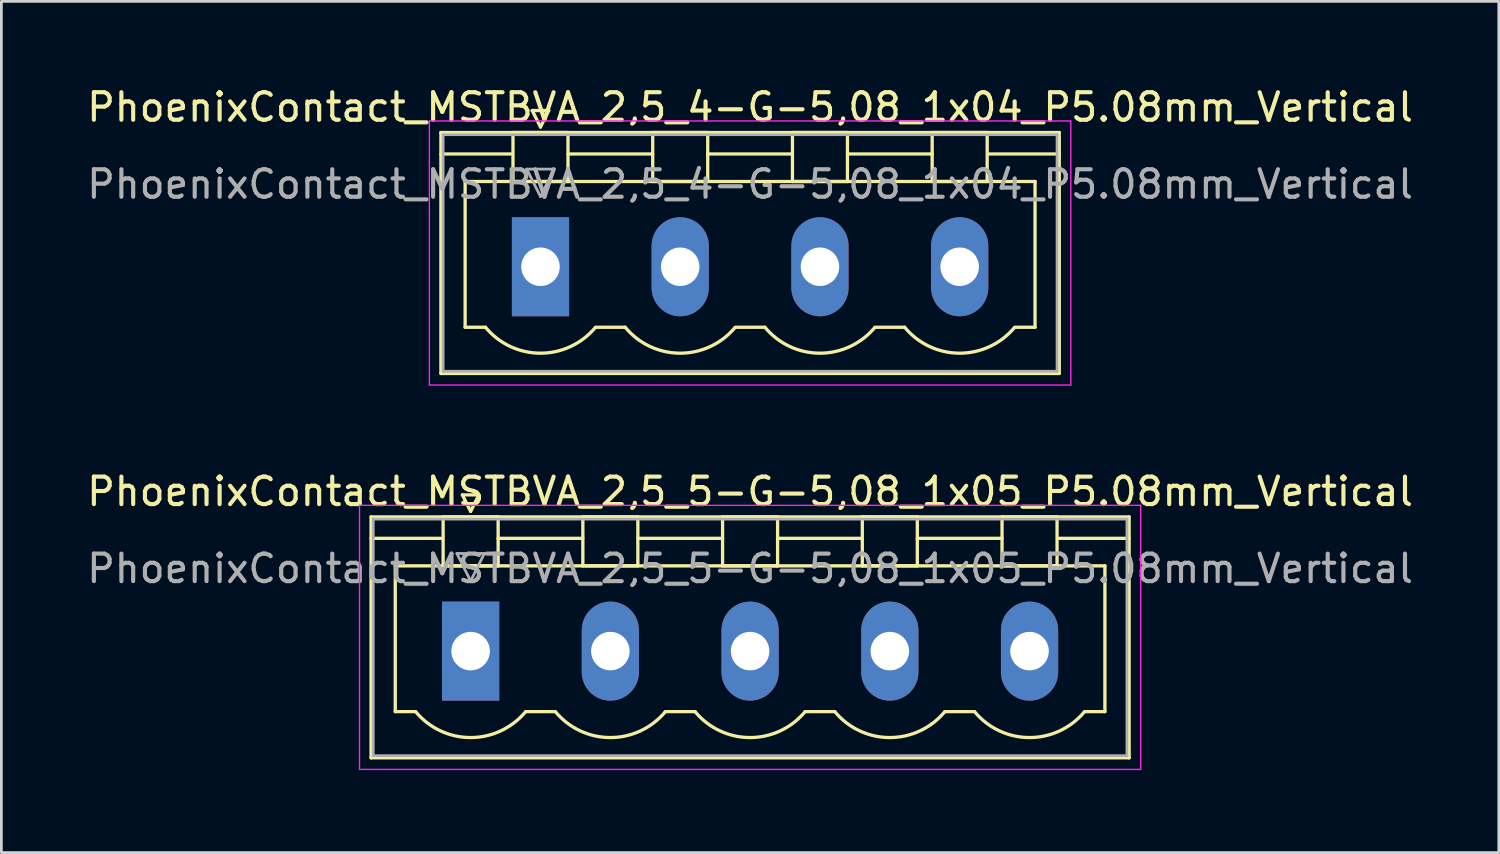
<source format=kicad_pcb>
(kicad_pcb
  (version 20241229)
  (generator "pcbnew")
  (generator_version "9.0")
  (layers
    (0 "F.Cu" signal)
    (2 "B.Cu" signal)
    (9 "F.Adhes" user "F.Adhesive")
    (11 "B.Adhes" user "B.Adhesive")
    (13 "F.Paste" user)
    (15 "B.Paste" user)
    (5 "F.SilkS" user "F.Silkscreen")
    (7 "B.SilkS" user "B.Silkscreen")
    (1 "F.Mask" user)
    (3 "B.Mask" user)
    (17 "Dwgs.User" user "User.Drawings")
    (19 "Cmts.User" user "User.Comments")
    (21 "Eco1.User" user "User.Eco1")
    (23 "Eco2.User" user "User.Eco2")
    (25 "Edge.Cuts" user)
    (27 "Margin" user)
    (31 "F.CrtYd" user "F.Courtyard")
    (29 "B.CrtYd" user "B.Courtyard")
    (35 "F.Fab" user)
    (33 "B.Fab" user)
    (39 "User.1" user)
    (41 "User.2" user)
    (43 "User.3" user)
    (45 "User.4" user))
  (footprint "PhoenixContact_MSTBVA_2,5_4-G-5,08_1x04_P5.08mm_Vertical"
    (layer "F.Cu")
    (at 16.6 6.648)
    (property "Reference" "PhoenixContact_MSTBVA_2,5_4-G-5,08_1x04_P5.08mm_Vertical" (at 7.62 -5.8 0) (layer "F.SilkS") (effects (font (size 1 1) (thickness 0.15))))
    (attr through_hole)
    (fp_line (start -3.62 -4.88) (end -3.62 3.88) (stroke (width 0.12) (type solid)) (layer "F.SilkS"))
    (fp_line (start -3.62 -4.1) (end -1.08 -4.1) (stroke (width 0.12) (type solid)) (layer "F.SilkS"))
    (fp_line (start -3.62 3.88) (end 18.86 3.88) (stroke (width 0.12) (type solid)) (layer "F.SilkS"))
    (fp_line (start -2.74 -3.1) (end 17.98 -3.1) (stroke (width 0.12) (type solid)) (layer "F.SilkS"))
    (fp_line (start -2.74 2.2) (end -2.74 -3.1) (stroke (width 0.12) (type solid)) (layer "F.SilkS"))
    (fp_line (start -2 2.2) (end -2.74 2.2) (stroke (width 0.12) (type solid)) (layer "F.SilkS"))
    (fp_line (start -1 -4.88) (end 1 -4.88) (stroke (width 0.12) (type solid)) (layer "F.SilkS"))
    (fp_line (start -1 -3.1) (end -1 -4.88) (stroke (width 0.12) (type solid)) (layer "F.SilkS"))
    (fp_line (start -0.3 -5.68) (end 0.3 -5.68) (stroke (width 0.12) (type solid)) (layer "F.SilkS"))
    (fp_line (start 0 -5.08) (end -0.3 -5.68) (stroke (width 0.12) (type solid)) (layer "F.SilkS"))
    (fp_line (start 0.3 -5.68) (end 0 -5.08) (stroke (width 0.12) (type solid)) (layer "F.SilkS"))
    (fp_line (start 1 -4.88) (end 1 -3.1) (stroke (width 0.12) (type solid)) (layer "F.SilkS"))
    (fp_line (start 1 -4.1) (end 4.08 -4.1) (stroke (width 0.12) (type solid)) (layer "F.SilkS"))
    (fp_line (start 1 -3.1) (end -1 -3.1) (stroke (width 0.12) (type solid)) (layer "F.SilkS"))
    (fp_line (start 2 2.2) (end 3.08 2.2) (stroke (width 0.12) (type solid)) (layer "F.SilkS"))
    (fp_line (start 4.08 -4.88) (end 6.08 -4.88) (stroke (width 0.12) (type solid)) (layer "F.SilkS"))
    (fp_line (start 4.08 -3.1) (end 4.08 -4.88) (stroke (width 0.12) (type solid)) (layer "F.SilkS"))
    (fp_line (start 6.08 -4.88) (end 6.08 -3.1) (stroke (width 0.12) (type solid)) (layer "F.SilkS"))
    (fp_line (start 6.08 -4.1) (end 9.16 -4.1) (stroke (width 0.12) (type solid)) (layer "F.SilkS"))
    (fp_line (start 6.08 -3.1) (end 4.08 -3.1) (stroke (width 0.12) (type solid)) (layer "F.SilkS"))
    (fp_line (start 7.08 2.2) (end 8.16 2.2) (stroke (width 0.12) (type solid)) (layer "F.SilkS"))
    (fp_line (start 9.16 -4.88) (end 11.16 -4.88) (stroke (width 0.12) (type solid)) (layer "F.SilkS"))
    (fp_line (start 9.16 -3.1) (end 9.16 -4.88) (stroke (width 0.12) (type solid)) (layer "F.SilkS"))
    (fp_line (start 11.16 -4.88) (end 11.16 -3.1) (stroke (width 0.12) (type solid)) (layer "F.SilkS"))
    (fp_line (start 11.16 -4.1) (end 14.24 -4.1) (stroke (width 0.12) (type solid)) (layer "F.SilkS"))
    (fp_line (start 11.16 -3.1) (end 9.16 -3.1) (stroke (width 0.12) (type solid)) (layer "F.SilkS"))
    (fp_line (start 12.16 2.2) (end 13.24 2.2) (stroke (width 0.12) (type solid)) (layer "F.SilkS"))
    (fp_line (start 14.24 -4.88) (end 16.24 -4.88) (stroke (width 0.12) (type solid)) (layer "F.SilkS"))
    (fp_line (start 14.24 -3.1) (end 14.24 -4.88) (stroke (width 0.12) (type solid)) (layer "F.SilkS"))
    (fp_line (start 16.24 -4.88) (end 16.24 -3.1) (stroke (width 0.12) (type solid)) (layer "F.SilkS"))
    (fp_line (start 16.24 -3.1) (end 14.24 -3.1) (stroke (width 0.12) (type solid)) (layer "F.SilkS"))
    (fp_line (start 17.98 -3.1) (end 17.98 2.2) (stroke (width 0.12) (type solid)) (layer "F.SilkS"))
    (fp_line (start 17.98 2.2) (end 17.24 2.2) (stroke (width 0.12) (type solid)) (layer "F.SilkS"))
    (fp_line (start 18.86 -4.88) (end -3.62 -4.88) (stroke (width 0.12) (type solid)) (layer "F.SilkS"))
    (fp_line (start 18.86 -4.1) (end 16.32 -4.1) (stroke (width 0.12) (type solid)) (layer "F.SilkS"))
    (fp_line (start 18.86 3.88) (end 18.86 -4.88) (stroke (width 0.12) (type solid)) (layer "F.SilkS"))
    (fp_arc (start 1.986842 2.215821) (mid -0.010289 3.142758) (end -2 2.2) (stroke (width 0.12) (type solid)) (layer "F.SilkS"))
    (fp_arc (start 7.066842 2.215821) (mid 5.069711 3.142758) (end 3.08 2.2) (stroke (width 0.12) (type solid)) (layer "F.SilkS"))
    (fp_arc (start 12.146842 2.215821) (mid 10.149711 3.142758) (end 8.16 2.2) (stroke (width 0.12) (type solid)) (layer "F.SilkS"))
    (fp_arc (start 17.226842 2.215821) (mid 15.229711 3.142758) (end 13.24 2.2) (stroke (width 0.12) (type solid)) (layer "F.SilkS"))
    (fp_line (start -4.04 -5.3) (end -4.04 4.3) (stroke (width 0.05) (type solid)) (layer "F.CrtYd"))
    (fp_line (start -4.04 4.3) (end 19.28 4.3) (stroke (width 0.05) (type solid)) (layer "F.CrtYd"))
    (fp_line (start 19.28 -5.3) (end -4.04 -5.3) (stroke (width 0.05) (type solid)) (layer "F.CrtYd"))
    (fp_line (start 19.28 4.3) (end 19.28 -5.3) (stroke (width 0.05) (type solid)) (layer "F.CrtYd"))
    (fp_line (start -3.54 -4.8) (end -3.54 3.8) (stroke (width 0.1) (type solid)) (layer "F.Fab"))
    (fp_line (start -3.54 3.8) (end 18.78 3.8) (stroke (width 0.1) (type solid)) (layer "F.Fab"))
    (fp_line (start -0.5 -3.55) (end 0.5 -3.55) (stroke (width 0.1) (type solid)) (layer "F.Fab"))
    (fp_line (start 0 -2.55) (end -0.5 -3.55) (stroke (width 0.1) (type solid)) (layer "F.Fab"))
    (fp_line (start 0.5 -3.55) (end 0 -2.55) (stroke (width 0.1) (type solid)) (layer "F.Fab"))
    (fp_line (start 18.78 -4.8) (end -3.54 -4.8) (stroke (width 0.1) (type solid)) (layer "F.Fab"))
    (fp_line (start 18.78 3.8) (end 18.78 -4.8) (stroke (width 0.1) (type solid)) (layer "F.Fab"))
    (fp_text user "${REFERENCE}" (at 7.62 -3 0) (layer "F.Fab") (effects (font (size 1 1) (thickness 0.15))))
    (pad "1" thru_hole rect (at 0 0) (size 2.08 3.6) (drill 1.4) (layers "*.Cu" "*.Mask"))
    (pad "2" thru_hole oval (at 5.08 0) (size 2.08 3.6) (drill 1.4) (layers "*.Cu" "*.Mask"))
    (pad "3" thru_hole oval (at 10.16 0) (size 2.08 3.6) (drill 1.4) (layers "*.Cu" "*.Mask"))
    (pad "4" thru_hole oval (at 15.24 0) (size 2.08 3.6) (drill 1.4) (layers "*.Cu" "*.Mask")))
  (footprint "PhoenixContact_MSTBVA_2,5_5-G-5,08_1x05_P5.08mm_Vertical"
    (layer "F.Cu")
    (at 14.06 20.622)
    (property "Reference" "PhoenixContact_MSTBVA_2,5_5-G-5,08_1x05_P5.08mm_Vertical" (at 10.16 -5.8 0) (layer "F.SilkS") (effects (font (size 1 1) (thickness 0.15))))
    (attr through_hole)
    (fp_line (start -3.62 -4.88) (end -3.62 3.88) (stroke (width 0.12) (type solid)) (layer "F.SilkS"))
    (fp_line (start -3.62 -4.1) (end -1.08 -4.1) (stroke (width 0.12) (type solid)) (layer "F.SilkS"))
    (fp_line (start -3.62 3.88) (end 23.94 3.88) (stroke (width 0.12) (type solid)) (layer "F.SilkS"))
    (fp_line (start -2.74 -3.1) (end 23.06 -3.1) (stroke (width 0.12) (type solid)) (layer "F.SilkS"))
    (fp_line (start -2.74 2.2) (end -2.74 -3.1) (stroke (width 0.12) (type solid)) (layer "F.SilkS"))
    (fp_line (start -2 2.2) (end -2.74 2.2) (stroke (width 0.12) (type solid)) (layer "F.SilkS"))
    (fp_line (start -1 -4.88) (end 1 -4.88) (stroke (width 0.12) (type solid)) (layer "F.SilkS"))
    (fp_line (start -1 -3.1) (end -1 -4.88) (stroke (width 0.12) (type solid)) (layer "F.SilkS"))
    (fp_line (start -0.3 -5.68) (end 0.3 -5.68) (stroke (width 0.12) (type solid)) (layer "F.SilkS"))
    (fp_line (start 0 -5.08) (end -0.3 -5.68) (stroke (width 0.12) (type solid)) (layer "F.SilkS"))
    (fp_line (start 0.3 -5.68) (end 0 -5.08) (stroke (width 0.12) (type solid)) (layer "F.SilkS"))
    (fp_line (start 1 -4.88) (end 1 -3.1) (stroke (width 0.12) (type solid)) (layer "F.SilkS"))
    (fp_line (start 1 -4.1) (end 4.08 -4.1) (stroke (width 0.12) (type solid)) (layer "F.SilkS"))
    (fp_line (start 1 -3.1) (end -1 -3.1) (stroke (width 0.12) (type solid)) (layer "F.SilkS"))
    (fp_line (start 2 2.2) (end 3.08 2.2) (stroke (width 0.12) (type solid)) (layer "F.SilkS"))
    (fp_line (start 4.08 -4.88) (end 6.08 -4.88) (stroke (width 0.12) (type solid)) (layer "F.SilkS"))
    (fp_line (start 4.08 -3.1) (end 4.08 -4.88) (stroke (width 0.12) (type solid)) (layer "F.SilkS"))
    (fp_line (start 6.08 -4.88) (end 6.08 -3.1) (stroke (width 0.12) (type solid)) (layer "F.SilkS"))
    (fp_line (start 6.08 -4.1) (end 9.16 -4.1) (stroke (width 0.12) (type solid)) (layer "F.SilkS"))
    (fp_line (start 6.08 -3.1) (end 4.08 -3.1) (stroke (width 0.12) (type solid)) (layer "F.SilkS"))
    (fp_line (start 7.08 2.2) (end 8.16 2.2) (stroke (width 0.12) (type solid)) (layer "F.SilkS"))
    (fp_line (start 9.16 -4.88) (end 11.16 -4.88) (stroke (width 0.12) (type solid)) (layer "F.SilkS"))
    (fp_line (start 9.16 -3.1) (end 9.16 -4.88) (stroke (width 0.12) (type solid)) (layer "F.SilkS"))
    (fp_line (start 11.16 -4.88) (end 11.16 -3.1) (stroke (width 0.12) (type solid)) (layer "F.SilkS"))
    (fp_line (start 11.16 -4.1) (end 14.24 -4.1) (stroke (width 0.12) (type solid)) (layer "F.SilkS"))
    (fp_line (start 11.16 -3.1) (end 9.16 -3.1) (stroke (width 0.12) (type solid)) (layer "F.SilkS"))
    (fp_line (start 12.16 2.2) (end 13.24 2.2) (stroke (width 0.12) (type solid)) (layer "F.SilkS"))
    (fp_line (start 14.24 -4.88) (end 16.24 -4.88) (stroke (width 0.12) (type solid)) (layer "F.SilkS"))
    (fp_line (start 14.24 -3.1) (end 14.24 -4.88) (stroke (width 0.12) (type solid)) (layer "F.SilkS"))
    (fp_line (start 16.24 -4.88) (end 16.24 -3.1) (stroke (width 0.12) (type solid)) (layer "F.SilkS"))
    (fp_line (start 16.24 -4.1) (end 19.32 -4.1) (stroke (width 0.12) (type solid)) (layer "F.SilkS"))
    (fp_line (start 16.24 -3.1) (end 14.24 -3.1) (stroke (width 0.12) (type solid)) (layer "F.SilkS"))
    (fp_line (start 17.24 2.2) (end 18.32 2.2) (stroke (width 0.12) (type solid)) (layer "F.SilkS"))
    (fp_line (start 19.32 -4.88) (end 21.32 -4.88) (stroke (width 0.12) (type solid)) (layer "F.SilkS"))
    (fp_line (start 19.32 -3.1) (end 19.32 -4.88) (stroke (width 0.12) (type solid)) (layer "F.SilkS"))
    (fp_line (start 21.32 -4.88) (end 21.32 -3.1) (stroke (width 0.12) (type solid)) (layer "F.SilkS"))
    (fp_line (start 21.32 -3.1) (end 19.32 -3.1) (stroke (width 0.12) (type solid)) (layer "F.SilkS"))
    (fp_line (start 23.06 -3.1) (end 23.06 2.2) (stroke (width 0.12) (type solid)) (layer "F.SilkS"))
    (fp_line (start 23.06 2.2) (end 22.32 2.2) (stroke (width 0.12) (type solid)) (layer "F.SilkS"))
    (fp_line (start 23.94 -4.88) (end -3.62 -4.88) (stroke (width 0.12) (type solid)) (layer "F.SilkS"))
    (fp_line (start 23.94 -4.1) (end 21.4 -4.1) (stroke (width 0.12) (type solid)) (layer "F.SilkS"))
    (fp_line (start 23.94 3.88) (end 23.94 -4.88) (stroke (width 0.12) (type solid)) (layer "F.SilkS"))
    (fp_arc (start 1.986842 2.215821) (mid -0.010289 3.142758) (end -2 2.2) (stroke (width 0.12) (type solid)) (layer "F.SilkS"))
    (fp_arc (start 7.066842 2.215821) (mid 5.069711 3.142758) (end 3.08 2.2) (stroke (width 0.12) (type solid)) (layer "F.SilkS"))
    (fp_arc (start 12.146842 2.215821) (mid 10.149711 3.142758) (end 8.16 2.2) (stroke (width 0.12) (type solid)) (layer "F.SilkS"))
    (fp_arc (start 17.226842 2.215821) (mid 15.229711 3.142758) (end 13.24 2.2) (stroke (width 0.12) (type solid)) (layer "F.SilkS"))
    (fp_arc (start 22.306842 2.215821) (mid 20.309711 3.142758) (end 18.32 2.2) (stroke (width 0.12) (type solid)) (layer "F.SilkS"))
    (fp_line (start -4.04 -5.3) (end -4.04 4.3) (stroke (width 0.05) (type solid)) (layer "F.CrtYd"))
    (fp_line (start -4.04 4.3) (end 24.36 4.3) (stroke (width 0.05) (type solid)) (layer "F.CrtYd"))
    (fp_line (start 24.36 -5.3) (end -4.04 -5.3) (stroke (width 0.05) (type solid)) (layer "F.CrtYd"))
    (fp_line (start 24.36 4.3) (end 24.36 -5.3) (stroke (width 0.05) (type solid)) (layer "F.CrtYd"))
    (fp_line (start -3.54 -4.8) (end -3.54 3.8) (stroke (width 0.1) (type solid)) (layer "F.Fab"))
    (fp_line (start -3.54 3.8) (end 23.86 3.8) (stroke (width 0.1) (type solid)) (layer "F.Fab"))
    (fp_line (start -0.5 -3.55) (end 0.5 -3.55) (stroke (width 0.1) (type solid)) (layer "F.Fab"))
    (fp_line (start 0 -2.55) (end -0.5 -3.55) (stroke (width 0.1) (type solid)) (layer "F.Fab"))
    (fp_line (start 0.5 -3.55) (end 0 -2.55) (stroke (width 0.1) (type solid)) (layer "F.Fab"))
    (fp_line (start 23.86 -4.8) (end -3.54 -4.8) (stroke (width 0.1) (type solid)) (layer "F.Fab"))
    (fp_line (start 23.86 3.8) (end 23.86 -4.8) (stroke (width 0.1) (type solid)) (layer "F.Fab"))
    (fp_text user "${REFERENCE}" (at 10.16 -3 0) (layer "F.Fab") (effects (font (size 1 1) (thickness 0.15))))
    (pad "1" thru_hole rect (at 0 0) (size 2.08 3.6) (drill 1.4) (layers "*.Cu" "*.Mask"))
    (pad "2" thru_hole oval (at 5.08 0) (size 2.08 3.6) (drill 1.4) (layers "*.Cu" "*.Mask"))
    (pad "3" thru_hole oval (at 10.16 0) (size 2.08 3.6) (drill 1.4) (layers "*.Cu" "*.Mask"))
    (pad "4" thru_hole oval (at 15.24 0) (size 2.08 3.6) (drill 1.4) (layers "*.Cu" "*.Mask"))
    (pad "5" thru_hole oval (at 20.32 0) (size 2.08 3.6) (drill 1.4) (layers "*.Cu" "*.Mask")))
  (gr_rect
    (start -3 -3)
    (end 51.44 27.947)
    (stroke (width 0.1) (type default))
    (fill no)
    (layer "Edge.Cuts")))
</source>
